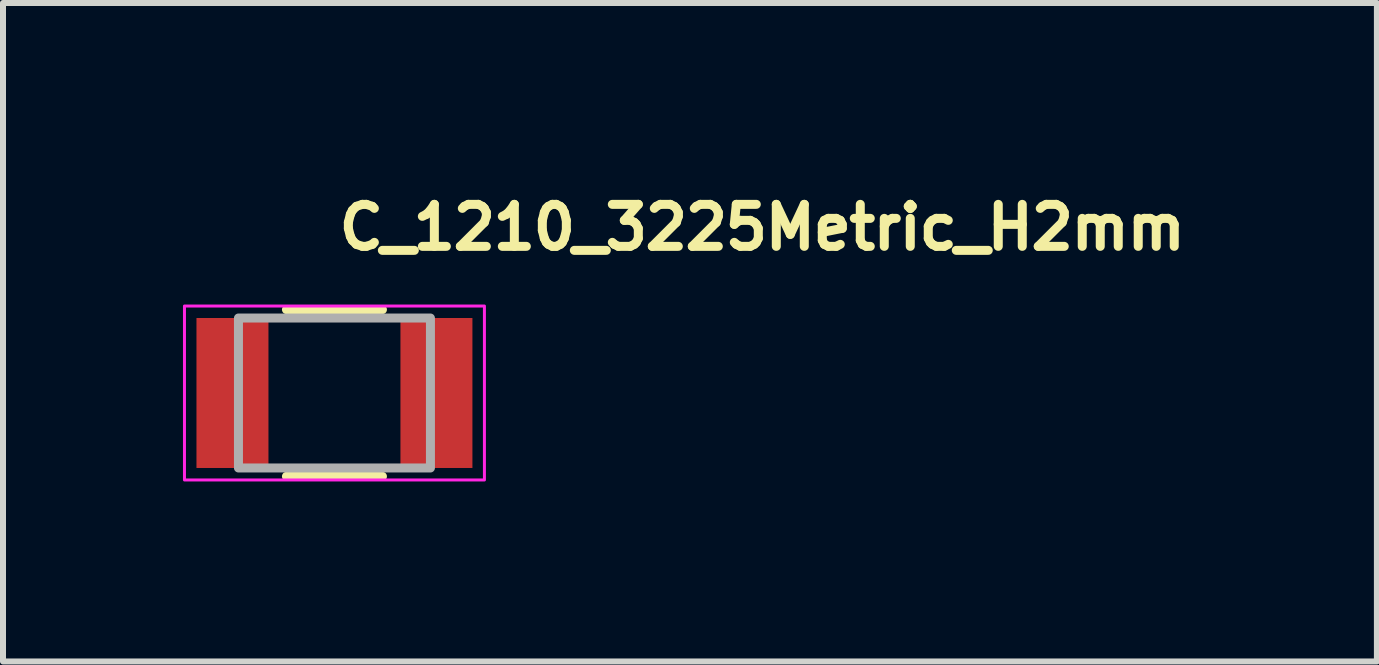
<source format=kicad_pcb>
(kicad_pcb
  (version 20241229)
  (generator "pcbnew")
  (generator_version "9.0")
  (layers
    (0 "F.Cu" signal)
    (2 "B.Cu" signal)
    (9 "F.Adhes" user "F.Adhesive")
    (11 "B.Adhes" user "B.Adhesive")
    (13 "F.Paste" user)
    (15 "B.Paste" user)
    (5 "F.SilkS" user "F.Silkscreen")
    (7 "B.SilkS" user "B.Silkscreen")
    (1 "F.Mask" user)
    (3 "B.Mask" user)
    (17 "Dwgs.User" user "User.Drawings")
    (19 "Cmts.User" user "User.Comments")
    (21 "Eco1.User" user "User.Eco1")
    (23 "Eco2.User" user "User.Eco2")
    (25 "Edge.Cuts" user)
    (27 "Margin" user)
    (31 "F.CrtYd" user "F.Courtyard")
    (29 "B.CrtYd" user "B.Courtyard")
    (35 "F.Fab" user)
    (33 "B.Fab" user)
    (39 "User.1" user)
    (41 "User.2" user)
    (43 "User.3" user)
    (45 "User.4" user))
  (footprint "C_1210_3225Metric_H2mm"
    (layer "F.Cu")
    (at 2.525 3.501)
    (property "Reference" "C_1210_3225Metric_H2mm" (at 0 -2.351 0) (layer "F.SilkS") (effects (font (size 0.7 0.7) (thickness 0.15)) (justify left bottom)))
    (attr smd)
    (fp_line (start -0.8 -1.39) (end 0.8 -1.39) (stroke (width 0.15) (type solid)) (layer "F.SilkS"))
    (fp_line (start -0.8 1.39) (end 0.8 1.39) (stroke (width 0.15) (type solid)) (layer "F.SilkS"))
    (fp_rect (start -2.5 -1.45) (end 2.5 1.45) (stroke (width 0.05) (type solid)) (fill no) (layer "F.CrtYd"))
    (fp_rect (start -1.6 -1.25) (end 1.6 1.25) (stroke (width 0.15) (type solid)) (fill no) (layer "F.Fab"))
    (fp_rect (start -1.6 -1.25) (end 1.6 1.25) (stroke (width 0.1) (type solid)) (fill no) (layer "User.5"))
    (fp_line (start -1.601 1.25) (end 1.6 1.25) (stroke (width 0.02) (type solid)) (layer "User.9"))
    (fp_line (start -1.6 -1.25) (end -1.601 1.25) (stroke (width 0.02) (type solid)) (layer "User.9"))
    (fp_line (start -1.6 -1.25) (end 1.601 -1.25) (stroke (width 0.02) (type solid)) (layer "User.9"))
    (fp_line (start -1.2 1.25) (end -1.2 -1.25) (stroke (width 0.02) (type solid)) (layer "User.9"))
    (fp_line (start 1.2 -1.25) (end 1.2 1.25) (stroke (width 0.02) (type solid)) (layer "User.9"))
    (fp_line (start 1.6 1.25) (end 1.601 -1.25) (stroke (width 0.02) (type solid)) (layer "User.9"))
    (pad "1" smd rect (at -1.7 0) (size 1.2 2.5) (layers "F.Cu" "F.Mask" "F.Paste"))
    (pad "2" smd rect (at 1.7 0) (size 1.2 2.5) (layers "F.Cu" "F.Mask" "F.Paste")))
  (gr_rect
    (start -3 -3)
    (end 19.902 7.976)
    (stroke (width 0.1) (type default))
    (fill no)
    (layer "Edge.Cuts")))
</source>
